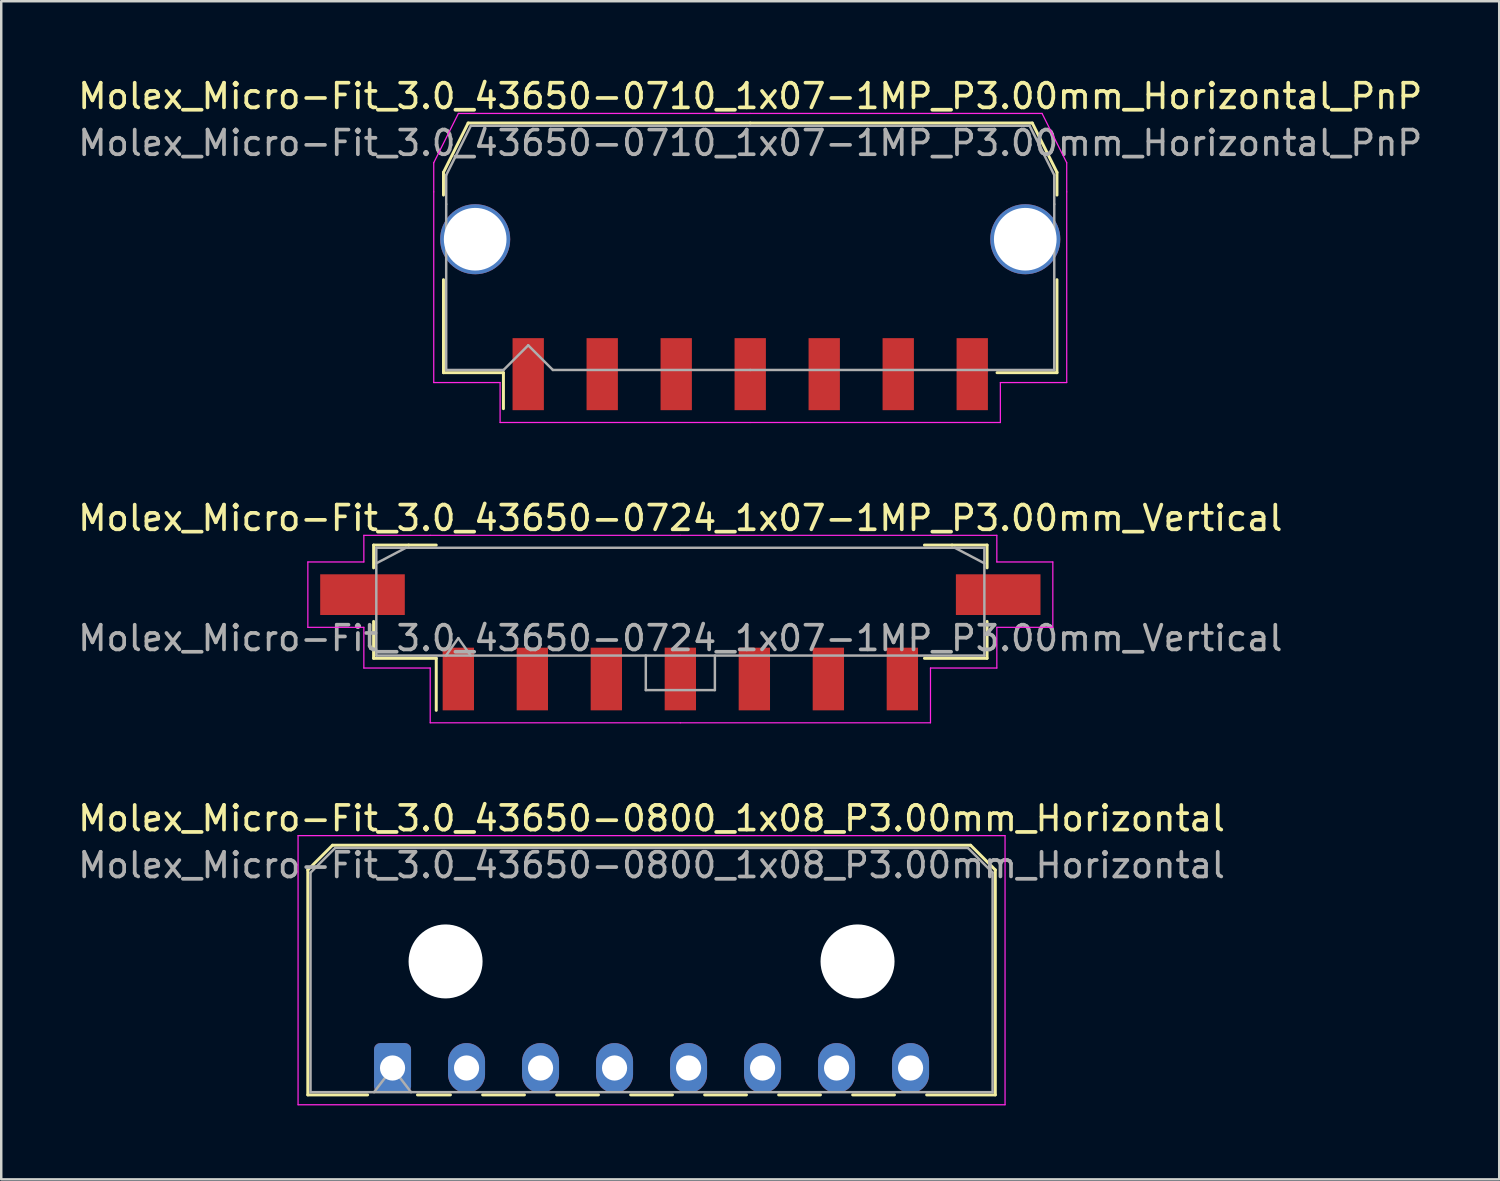
<source format=kicad_pcb>
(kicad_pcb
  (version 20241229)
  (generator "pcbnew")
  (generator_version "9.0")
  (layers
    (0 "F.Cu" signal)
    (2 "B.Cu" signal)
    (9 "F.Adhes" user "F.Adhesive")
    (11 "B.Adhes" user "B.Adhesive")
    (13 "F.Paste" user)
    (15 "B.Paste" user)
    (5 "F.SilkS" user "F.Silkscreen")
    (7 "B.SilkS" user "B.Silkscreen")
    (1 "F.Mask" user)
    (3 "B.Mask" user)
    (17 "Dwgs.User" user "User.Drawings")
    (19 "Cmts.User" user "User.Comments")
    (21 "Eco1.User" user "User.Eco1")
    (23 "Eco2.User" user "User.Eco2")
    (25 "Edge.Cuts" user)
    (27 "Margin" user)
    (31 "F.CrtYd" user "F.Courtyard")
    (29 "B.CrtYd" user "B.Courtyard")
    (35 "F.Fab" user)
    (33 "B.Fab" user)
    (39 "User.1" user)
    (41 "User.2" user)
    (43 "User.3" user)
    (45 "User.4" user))
  (footprint "Molex_Micro-Fit_3.0_43650-0724_1x07-1MP_P3.00mm_Vertical"
    (layer "F.Cu")
    (at 24.53 21.341)
    (property "Reference" "Molex_Micro-Fit_3.0_43650-0724_1x07-1MP_P3.00mm_Vertical" (at 0 -3.39 0) (layer "F.SilkS") (effects (font (size 1 1) (thickness 0.15))))
    (attr smd)
    (fp_line (start -12.435 -2.295) (end -11.015 -2.295) (stroke (width 0.12) (type solid)) (layer "F.SilkS"))
    (fp_line (start -12.435 -1.37) (end -12.435 -2.295) (stroke (width 0.12) (type solid)) (layer "F.SilkS"))
    (fp_line (start -12.435 0.8) (end -12.435 2.295) (stroke (width 0.12) (type solid)) (layer "F.SilkS"))
    (fp_line (start -12.435 2.295) (end -9.895 2.295) (stroke (width 0.12) (type solid)) (layer "F.SilkS"))
    (fp_line (start -11.015 -2.295) (end -9.895 -2.295) (stroke (width 0.12) (type solid)) (layer "F.SilkS"))
    (fp_line (start -9.895 2.295) (end -9.895 4.405) (stroke (width 0.12) (type solid)) (layer "F.SilkS"))
    (fp_line (start 11.015 -2.295) (end 9.895 -2.295) (stroke (width 0.12) (type solid)) (layer "F.SilkS"))
    (fp_line (start 12.435 -2.295) (end 11.015 -2.295) (stroke (width 0.12) (type solid)) (layer "F.SilkS"))
    (fp_line (start 12.435 -1.37) (end 12.435 -2.295) (stroke (width 0.12) (type solid)) (layer "F.SilkS"))
    (fp_line (start 12.435 0.8) (end 12.435 2.295) (stroke (width 0.12) (type solid)) (layer "F.SilkS"))
    (fp_line (start 12.435 2.295) (end 9.895 2.295) (stroke (width 0.12) (type solid)) (layer "F.SilkS"))
    (fp_line (start -15.1 -1.61) (end -15.1 1.04) (stroke (width 0.05) (type solid)) (layer "F.CrtYd"))
    (fp_line (start -15.1 1.04) (end -12.83 1.04) (stroke (width 0.05) (type solid)) (layer "F.CrtYd"))
    (fp_line (start -12.83 -2.69) (end -12.83 -1.61) (stroke (width 0.05) (type solid)) (layer "F.CrtYd"))
    (fp_line (start -12.83 -1.61) (end -15.1 -1.61) (stroke (width 0.05) (type solid)) (layer "F.CrtYd"))
    (fp_line (start -12.83 1.04) (end -12.83 2.69) (stroke (width 0.05) (type solid)) (layer "F.CrtYd"))
    (fp_line (start -12.83 2.69) (end -10.14 2.69) (stroke (width 0.05) (type solid)) (layer "F.CrtYd"))
    (fp_line (start -10.14 -2.69) (end -12.83 -2.69) (stroke (width 0.05) (type solid)) (layer "F.CrtYd"))
    (fp_line (start -10.14 2.69) (end -10.14 4.91) (stroke (width 0.05) (type solid)) (layer "F.CrtYd"))
    (fp_line (start -10.14 4.91) (end 0 4.91) (stroke (width 0.05) (type solid)) (layer "F.CrtYd"))
    (fp_line (start 0 -2.69) (end -10.14 -2.69) (stroke (width 0.05) (type solid)) (layer "F.CrtYd"))
    (fp_line (start 0 -2.69) (end 10.14 -2.69) (stroke (width 0.05) (type solid)) (layer "F.CrtYd"))
    (fp_line (start 10.14 -2.69) (end 12.83 -2.69) (stroke (width 0.05) (type solid)) (layer "F.CrtYd"))
    (fp_line (start 10.14 2.69) (end 10.14 4.91) (stroke (width 0.05) (type solid)) (layer "F.CrtYd"))
    (fp_line (start 10.14 4.91) (end 0 4.91) (stroke (width 0.05) (type solid)) (layer "F.CrtYd"))
    (fp_line (start 12.83 -2.69) (end 12.83 -1.61) (stroke (width 0.05) (type solid)) (layer "F.CrtYd"))
    (fp_line (start 12.83 -1.61) (end 15.1 -1.61) (stroke (width 0.05) (type solid)) (layer "F.CrtYd"))
    (fp_line (start 12.83 1.04) (end 12.83 2.69) (stroke (width 0.05) (type solid)) (layer "F.CrtYd"))
    (fp_line (start 12.83 2.69) (end 10.14 2.69) (stroke (width 0.05) (type solid)) (layer "F.CrtYd"))
    (fp_line (start 15.1 -1.61) (end 15.1 1.04) (stroke (width 0.05) (type solid)) (layer "F.CrtYd"))
    (fp_line (start 15.1 1.04) (end 12.83 1.04) (stroke (width 0.05) (type solid)) (layer "F.CrtYd"))
    (fp_line (start -12.325 -2.185) (end -12.325 2.185) (stroke (width 0.1) (type solid)) (layer "F.Fab"))
    (fp_line (start -12.325 -1.555) (end -11.125 -2.185) (stroke (width 0.1) (type solid)) (layer "F.Fab"))
    (fp_line (start -12.325 2.185) (end 12.325 2.185) (stroke (width 0.1) (type solid)) (layer "F.Fab"))
    (fp_line (start -11.125 -2.185) (end -12.325 -2.185) (stroke (width 0.1) (type solid)) (layer "F.Fab"))
    (fp_line (start -9.5 2.185) (end -9 1.478) (stroke (width 0.1) (type solid)) (layer "F.Fab"))
    (fp_line (start -9 1.478) (end -8.5 2.185) (stroke (width 0.1) (type solid)) (layer "F.Fab"))
    (fp_line (start -1.4 2.185) (end -1.4 3.585) (stroke (width 0.1) (type solid)) (layer "F.Fab"))
    (fp_line (start -1.4 3.585) (end 1.4 3.585) (stroke (width 0.1) (type solid)) (layer "F.Fab"))
    (fp_line (start 1.4 3.585) (end 1.4 2.185) (stroke (width 0.1) (type solid)) (layer "F.Fab"))
    (fp_line (start 11.125 -2.185) (end -11.125 -2.185) (stroke (width 0.1) (type solid)) (layer "F.Fab"))
    (fp_line (start 12.325 -2.185) (end 11.125 -2.185) (stroke (width 0.1) (type solid)) (layer "F.Fab"))
    (fp_line (start 12.325 -1.555) (end 11.125 -2.185) (stroke (width 0.1) (type solid)) (layer "F.Fab"))
    (fp_line (start 12.325 2.185) (end 12.325 -2.185) (stroke (width 0.1) (type solid)) (layer "F.Fab"))
    (fp_text user "${REFERENCE}" (at 0 1.48 0) (layer "F.Fab") (effects (font (size 1 1) (thickness 0.15))))
    (pad "1" smd rect (at -9 3.135) (size 1.27 2.54) (layers "F.Cu" "F.Mask" "F.Paste"))
    (pad "2" smd rect (at -6 3.135) (size 1.27 2.54) (layers "F.Cu" "F.Mask" "F.Paste"))
    (pad "3" smd rect (at -3 3.135) (size 1.27 2.54) (layers "F.Cu" "F.Mask" "F.Paste"))
    (pad "4" smd rect (at 0 3.135) (size 1.27 2.54) (layers "F.Cu" "F.Mask" "F.Paste"))
    (pad "5" smd rect (at 3 3.135) (size 1.27 2.54) (layers "F.Cu" "F.Mask" "F.Paste"))
    (pad "6" smd rect (at 6 3.135) (size 1.27 2.54) (layers "F.Cu" "F.Mask" "F.Paste"))
    (pad "7" smd rect (at 9 3.135) (size 1.27 2.54) (layers "F.Cu" "F.Mask" "F.Paste"))
    (pad "MP" smd rect (at -12.885 -0.285) (size 3.43 1.65) (layers "F.Cu" "F.Mask" "F.Paste"))
    (pad "MP" smd rect (at 12.885 -0.285) (size 3.43 1.65) (layers "F.Cu" "F.Mask" "F.Paste")))
  (footprint "Molex_Micro-Fit_3.0_43650-0710_1x07-1MP_P3.00mm_Horizontal_PnP"
    (layer "F.Cu")
    (at 27.363 6.998)
    (property "Reference" "Molex_Micro-Fit_3.0_43650-0710_1x07-1MP_P3.00mm_Horizontal_PnP" (at 0 -6.15 0) (layer "F.SilkS") (effects (font (size 1 1) (thickness 0.15))))
    (attr smd)
    (fp_line (start -12.435 -3.06) (end -12.435 -2.14) (stroke (width 0.12) (type solid)) (layer "F.SilkS"))
    (fp_line (start -12.435 1.29) (end -12.435 5.06) (stroke (width 0.12) (type solid)) (layer "F.SilkS"))
    (fp_line (start -12.435 5.06) (end -10.005 5.06) (stroke (width 0.12) (type solid)) (layer "F.SilkS"))
    (fp_line (start -11.435 -5.06) (end -12.435 -3.06) (stroke (width 0.12) (type solid)) (layer "F.SilkS"))
    (fp_line (start -10.005 5.06) (end -10.005 6.52) (stroke (width 0.12) (type solid)) (layer "F.SilkS"))
    (fp_line (start 0 -5.06) (end -11.435 -5.06) (stroke (width 0.12) (type solid)) (layer "F.SilkS"))
    (fp_line (start 0 -5.06) (end 11.435 -5.06) (stroke (width 0.12) (type solid)) (layer "F.SilkS"))
    (fp_line (start 11.435 -5.06) (end 12.435 -3.06) (stroke (width 0.12) (type solid)) (layer "F.SilkS"))
    (fp_line (start 12.435 -3.06) (end 12.435 -2.14) (stroke (width 0.12) (type solid)) (layer "F.SilkS"))
    (fp_line (start 12.435 1.29) (end 12.435 5.06) (stroke (width 0.12) (type solid)) (layer "F.SilkS"))
    (fp_line (start 12.435 5.06) (end 10.005 5.06) (stroke (width 0.12) (type solid)) (layer "F.SilkS"))
    (fp_line (start -12.83 -3.45) (end -12.83 -2.27) (stroke (width 0.05) (type solid)) (layer "F.CrtYd"))
    (fp_line (start -12.83 -2.27) (end -12.83 5.46) (stroke (width 0.05) (type solid)) (layer "F.CrtYd"))
    (fp_line (start -12.83 5.46) (end -10.14 5.46) (stroke (width 0.05) (type solid)) (layer "F.CrtYd"))
    (fp_line (start -11.83 -5.45) (end -12.83 -3.45) (stroke (width 0.05) (type solid)) (layer "F.CrtYd"))
    (fp_line (start -10.14 5.46) (end -10.14 7.08) (stroke (width 0.05) (type solid)) (layer "F.CrtYd"))
    (fp_line (start -10.14 7.08) (end 0 7.08) (stroke (width 0.05) (type solid)) (layer "F.CrtYd"))
    (fp_line (start 0 -5.45) (end -11.83 -5.45) (stroke (width 0.05) (type solid)) (layer "F.CrtYd"))
    (fp_line (start 0 -5.45) (end 11.83 -5.45) (stroke (width 0.05) (type solid)) (layer "F.CrtYd"))
    (fp_line (start 10.14 5.46) (end 10.14 7.08) (stroke (width 0.05) (type solid)) (layer "F.CrtYd"))
    (fp_line (start 10.14 7.08) (end 0 7.08) (stroke (width 0.05) (type solid)) (layer "F.CrtYd"))
    (fp_line (start 11.83 -5.45) (end 12.83 -3.45) (stroke (width 0.05) (type solid)) (layer "F.CrtYd"))
    (fp_line (start 12.83 -3.45) (end 12.83 -2.27) (stroke (width 0.05) (type solid)) (layer "F.CrtYd"))
    (fp_line (start 12.83 -2.27) (end 12.83 5.46) (stroke (width 0.05) (type solid)) (layer "F.CrtYd"))
    (fp_line (start 12.83 5.46) (end 10.14 5.46) (stroke (width 0.05) (type solid)) (layer "F.CrtYd"))
    (fp_line (start -12.325 -2.95) (end -12.325 -1.77) (stroke (width 0.1) (type solid)) (layer "F.Fab"))
    (fp_line (start -12.325 -1.77) (end -12.325 4.95) (stroke (width 0.1) (type solid)) (layer "F.Fab"))
    (fp_line (start -12.325 4.95) (end -10 4.95) (stroke (width 0.1) (type solid)) (layer "F.Fab"))
    (fp_line (start -11.325 -4.95) (end -12.325 -2.95) (stroke (width 0.1) (type solid)) (layer "F.Fab"))
    (fp_line (start -10 4.95) (end -9 3.95) (stroke (width 0.1) (type solid)) (layer "F.Fab"))
    (fp_line (start -9 3.95) (end -8 4.95) (stroke (width 0.1) (type solid)) (layer "F.Fab"))
    (fp_line (start -8 4.95) (end 0 4.95) (stroke (width 0.1) (type solid)) (layer "F.Fab"))
    (fp_line (start 0 -4.95) (end -11.325 -4.95) (stroke (width 0.1) (type solid)) (layer "F.Fab"))
    (fp_line (start 0 -4.95) (end 11.325 -4.95) (stroke (width 0.1) (type solid)) (layer "F.Fab"))
    (fp_line (start 9.635 4.95) (end 0 4.95) (stroke (width 0.1) (type solid)) (layer "F.Fab"))
    (fp_line (start 11.325 -4.95) (end 12.325 -2.95) (stroke (width 0.1) (type solid)) (layer "F.Fab"))
    (fp_line (start 12.325 -2.95) (end 12.325 -1.77) (stroke (width 0.1) (type solid)) (layer "F.Fab"))
    (fp_line (start 12.325 -1.77) (end 12.325 4.95) (stroke (width 0.1) (type solid)) (layer "F.Fab"))
    (fp_line (start 12.325 4.95) (end 9.635 4.95) (stroke (width 0.1) (type solid)) (layer "F.Fab"))
    (fp_text user "${REFERENCE}" (at 0 -4.25 0) (layer "F.Fab") (effects (font (size 1 1) (thickness 0.15))))
    (pad "1" smd rect (at -9 5.12) (size 1.27 2.92) (layers "F.Cu" "F.Mask" "F.Paste"))
    (pad "2" smd rect (at -6 5.12) (size 1.27 2.92) (layers "F.Cu" "F.Mask" "F.Paste"))
    (pad "3" smd rect (at -3 5.12) (size 1.27 2.92) (layers "F.Cu" "F.Mask" "F.Paste"))
    (pad "4" smd rect (at 0 5.12) (size 1.27 2.92) (layers "F.Cu" "F.Mask" "F.Paste"))
    (pad "5" smd rect (at 3 5.12) (size 1.27 2.92) (layers "F.Cu" "F.Mask" "F.Paste"))
    (pad "6" smd rect (at 6 5.12) (size 1.27 2.92) (layers "F.Cu" "F.Mask" "F.Paste"))
    (pad "7" smd rect (at 9 5.12) (size 1.27 2.92) (layers "F.Cu" "F.Mask" "F.Paste"))
    (pad "MP" thru_hole circle (at -11.15 -0.35) (size 2.84 2.84) (drill 2.54) (property pad_prop_heatsink) (layers "*.Cu" "*.Mask"))
    (pad "MP" thru_hole circle (at 11.15 -0.35) (size 2.84 2.84) (drill 2.54) (property pad_prop_heatsink) (layers "*.Cu" "*.Mask")))
  (footprint "Molex_Micro-Fit_3.0_43650-0800_1x08_P3.00mm_Horizontal"
    (layer "F.Cu")
    (at 12.863 40.245)
    (property "Reference" "Molex_Micro-Fit_3.0_43650-0800_1x08_P3.00mm_Horizontal" (at 10.5 -10.12 0) (layer "F.SilkS") (effects (font (size 1 1) (thickness 0.15))))
    (attr through_hole)
    (fp_line (start -3.435 -8.03) (end -2.435 -9.03) (stroke (width 0.12) (type solid)) (layer "F.SilkS"))
    (fp_line (start -3.435 1.09) (end -3.435 -8.03) (stroke (width 0.12) (type solid)) (layer "F.SilkS"))
    (fp_line (start -3.435 1.09) (end -1.01 1.09) (stroke (width 0.12) (type solid)) (layer "F.SilkS"))
    (fp_line (start -2.435 -9.03) (end 23.435 -9.03) (stroke (width 0.12) (type solid)) (layer "F.SilkS"))
    (fp_line (start 1.01 1.09) (end 2.348 1.09) (stroke (width 0.12) (type solid)) (layer "F.SilkS"))
    (fp_line (start 3.652 1.09) (end 5.348 1.09) (stroke (width 0.12) (type solid)) (layer "F.SilkS"))
    (fp_line (start 6.652 1.09) (end 8.348 1.09) (stroke (width 0.12) (type solid)) (layer "F.SilkS"))
    (fp_line (start 9.652 1.09) (end 11.348 1.09) (stroke (width 0.12) (type solid)) (layer "F.SilkS"))
    (fp_line (start 12.652 1.09) (end 14.348 1.09) (stroke (width 0.12) (type solid)) (layer "F.SilkS"))
    (fp_line (start 15.652 1.09) (end 17.348 1.09) (stroke (width 0.12) (type solid)) (layer "F.SilkS"))
    (fp_line (start 18.652 1.09) (end 20.348 1.09) (stroke (width 0.12) (type solid)) (layer "F.SilkS"))
    (fp_line (start 23.435 -9.03) (end 24.435 -8.03) (stroke (width 0.12) (type solid)) (layer "F.SilkS"))
    (fp_line (start 24.435 -8.03) (end 24.435 1.09) (stroke (width 0.12) (type solid)) (layer "F.SilkS"))
    (fp_line (start 24.435 1.09) (end 21.652 1.09) (stroke (width 0.12) (type solid)) (layer "F.SilkS"))
    (fp_line (start -3.83 -9.42) (end 24.83 -9.42) (stroke (width 0.05) (type solid)) (layer "F.CrtYd"))
    (fp_line (start -3.83 1.49) (end -3.83 -9.42) (stroke (width 0.05) (type solid)) (layer "F.CrtYd"))
    (fp_line (start 24.83 -9.42) (end 24.83 1.49) (stroke (width 0.05) (type solid)) (layer "F.CrtYd"))
    (fp_line (start 24.83 1.49) (end -3.83 1.49) (stroke (width 0.05) (type solid)) (layer "F.CrtYd"))
    (fp_line (start -3.325 -7.92) (end -2.325 -8.92) (stroke (width 0.1) (type solid)) (layer "F.Fab"))
    (fp_line (start -3.325 0.98) (end -3.325 -7.92) (stroke (width 0.1) (type solid)) (layer "F.Fab"))
    (fp_line (start -2.325 -8.92) (end 23.325 -8.92) (stroke (width 0.1) (type solid)) (layer "F.Fab"))
    (fp_line (start -0.75 0.98) (end 0 0) (stroke (width 0.1) (type solid)) (layer "F.Fab"))
    (fp_line (start 0 0) (end 0.75 0.98) (stroke (width 0.1) (type solid)) (layer "F.Fab"))
    (fp_line (start 23.325 -8.92) (end 24.325 -7.92) (stroke (width 0.1) (type solid)) (layer "F.Fab"))
    (fp_line (start 24.325 -7.92) (end 24.325 0.98) (stroke (width 0.1) (type solid)) (layer "F.Fab"))
    (fp_line (start 24.325 0.98) (end -3.325 0.98) (stroke (width 0.1) (type solid)) (layer "F.Fab"))
    (fp_text user "${REFERENCE}" (at 10.5 -8.22 0) (layer "F.Fab") (effects (font (size 1 1) (thickness 0.15))))
    (pad "" np_thru_hole circle (at 2.15 -4.32) (size 3 3) (drill 3) (layers "*.Cu" "*.Mask"))
    (pad "" np_thru_hole circle (at 18.85 -4.32) (size 3 3) (drill 3) (layers "*.Cu" "*.Mask"))
    (pad "1" thru_hole roundrect (at 0 0) (size 1.5 2.02) (drill 1.02) (layers "*.Cu" "*.Mask") (roundrect_rratio 0.167))
    (pad "2" thru_hole oval (at 3 0) (size 1.5 2.02) (drill 1.02) (layers "*.Cu" "*.Mask"))
    (pad "3" thru_hole oval (at 6 0) (size 1.5 2.02) (drill 1.02) (layers "*.Cu" "*.Mask"))
    (pad "4" thru_hole oval (at 9 0) (size 1.5 2.02) (drill 1.02) (layers "*.Cu" "*.Mask"))
    (pad "5" thru_hole oval (at 12 0) (size 1.5 2.02) (drill 1.02) (layers "*.Cu" "*.Mask"))
    (pad "6" thru_hole oval (at 15 0) (size 1.5 2.02) (drill 1.02) (layers "*.Cu" "*.Mask"))
    (pad "7" thru_hole oval (at 18 0) (size 1.5 2.02) (drill 1.02) (layers "*.Cu" "*.Mask"))
    (pad "8" thru_hole oval (at 21 0) (size 1.5 2.02) (drill 1.02) (layers "*.Cu" "*.Mask")))
  (gr_rect
    (start -3 -3)
    (end 57.726 44.76)
    (stroke (width 0.1) (type default))
    (fill no)
    (layer "Edge.Cuts")))
</source>
